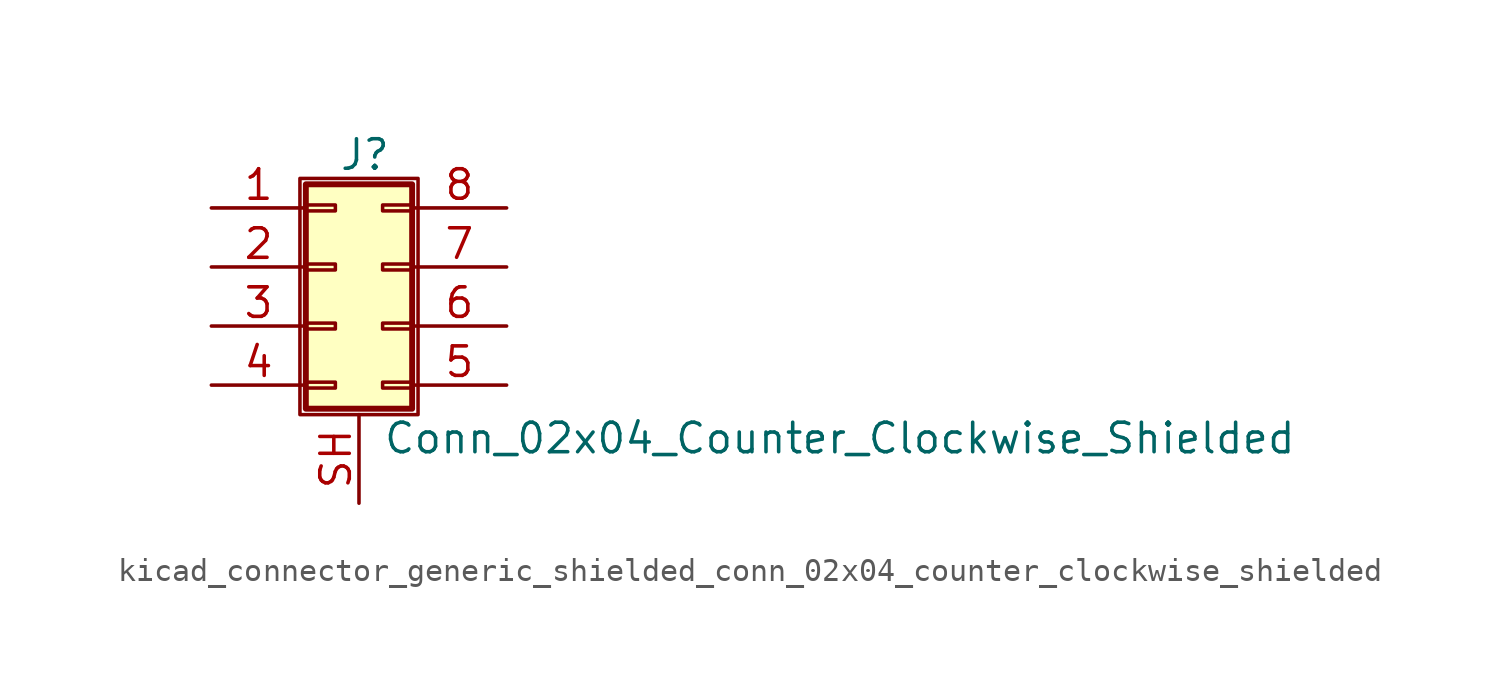
<source format=kicad_sym>
(kicad_symbol_lib
  (version 20220914)
  (generator kicad_symbol_editor)
  (symbol "kicad_connector_generic_shielded_conn_02x04_counter_clockwise_shielded"
    (pin_names
      (offset 1.016) hide)
    (property "Reference" "J"
      (at 1.524 4.826 0)
      (effects (font (size 1.27 1.27))))
    (property "Value" "Conn_02x04_Counter_Clockwise_Shielded"
      (at 2.286 -7.366 0)
      (effects (font (size 1.27 1.27)) (justify left)))
    (symbol "kicad_connector_generic_shielded_conn_02x04_counter_clockwise_shielded_1_1"
      (rectangle (start -1.27 3.81) (end 3.81 -6.35) (stroke (width 0.152) (type default)) (fill (type none)))
      (rectangle (start -1.016 -4.953) (end 0.254 -5.207) (stroke (width 0.152) (type default)) (fill (type none)))
      (rectangle (start -1.016 -2.413) (end 0.254 -2.667) (stroke (width 0.152) (type default)) (fill (type none)))
      (rectangle (start -1.016 0.127) (end 0.254 -0.127) (stroke (width 0.152) (type default)) (fill (type none)))
      (rectangle (start -1.016 2.667) (end 0.254 2.413) (stroke (width 0.152) (type default)) (fill (type none)))
      (rectangle (start -1.016 3.556) (end 3.556 -6.096) (stroke (width 0.254) (type default)) (fill (type background)))
      (rectangle (start 3.556 -4.953) (end 2.286 -5.207) (stroke (width 0.152) (type default)) (fill (type none)))
      (rectangle (start 3.556 -2.413) (end 2.286 -2.667) (stroke (width 0.152) (type default)) (fill (type none)))
      (rectangle (start 3.556 0.127) (end 2.286 -0.127) (stroke (width 0.152) (type default)) (fill (type none)))
      (rectangle (start 3.556 2.667) (end 2.286 2.413) (stroke (width 0.152) (type default)) (fill (type none)))
      (pin passive line (at -5.08 2.54 0) (length 4.064) (name "Pin_1" (effects (font (size 1.27 1.27)))) (number "1" (effects (font (size 1.27 1.27)))))
      (pin passive line (at -5.08 0 0) (length 4.064) (name "Pin_2" (effects (font (size 1.27 1.27)))) (number "2" (effects (font (size 1.27 1.27)))))
      (pin passive line (at -5.08 -2.54 0) (length 4.064) (name "Pin_3" (effects (font (size 1.27 1.27)))) (number "3" (effects (font (size 1.27 1.27)))))
      (pin passive line (at -5.08 -5.08 0) (length 4.064) (name "Pin_4" (effects (font (size 1.27 1.27)))) (number "4" (effects (font (size 1.27 1.27)))))
      (pin passive line (at 7.62 -5.08 180) (length 4.064) (name "Pin_5" (effects (font (size 1.27 1.27)))) (number "5" (effects (font (size 1.27 1.27)))))
      (pin passive line (at 7.62 -2.54 180) (length 4.064) (name "Pin_6" (effects (font (size 1.27 1.27)))) (number "6" (effects (font (size 1.27 1.27)))))
      (pin passive line (at 7.62 0 180) (length 4.064) (name "Pin_7" (effects (font (size 1.27 1.27)))) (number "7" (effects (font (size 1.27 1.27)))))
      (pin passive line (at 7.62 2.54 180) (length 4.064) (name "Pin_8" (effects (font (size 1.27 1.27)))) (number "8" (effects (font (size 1.27 1.27)))))
      (pin passive line (at 1.27 -10.16 90) (length 3.81) (name "Shield" (effects (font (size 1.27 1.27)))) (number "SH" (effects (font (size 1.27 1.27))))))))
</source>
